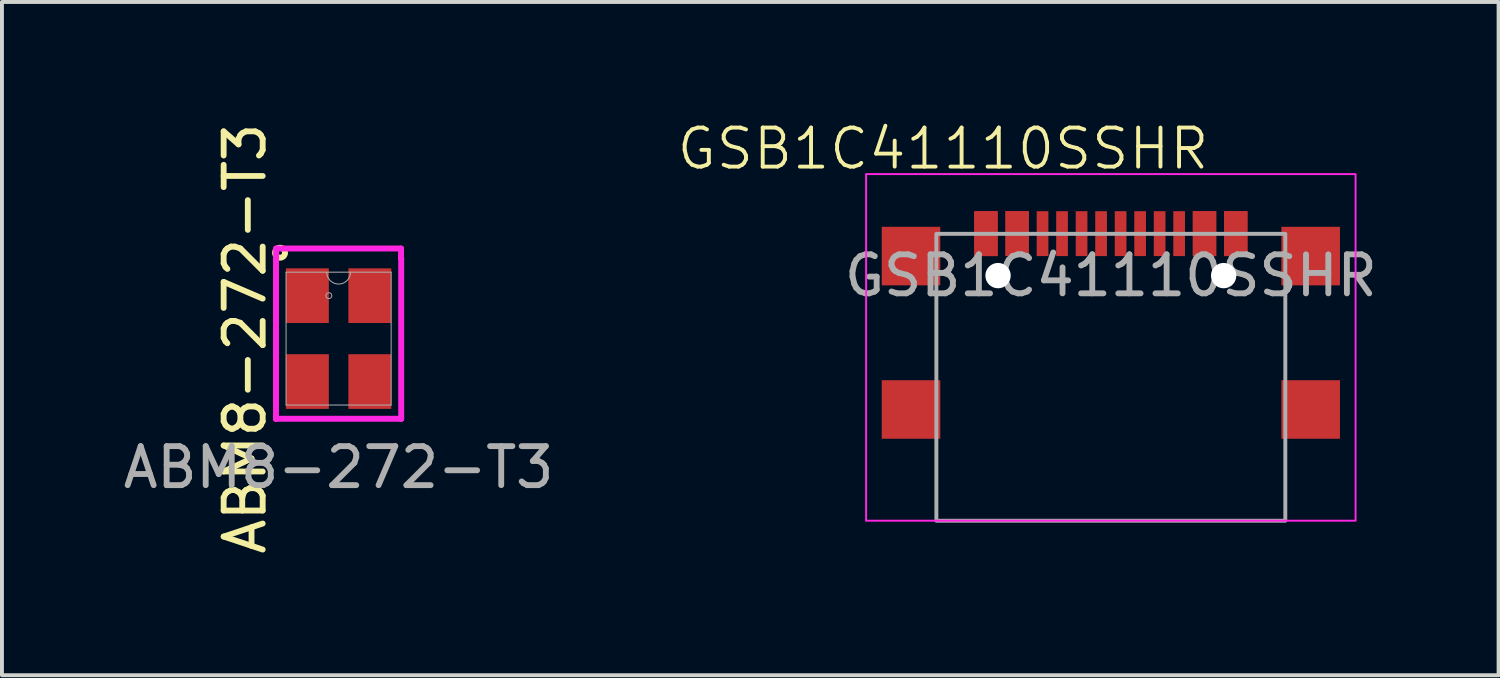
<source format=kicad_pcb>
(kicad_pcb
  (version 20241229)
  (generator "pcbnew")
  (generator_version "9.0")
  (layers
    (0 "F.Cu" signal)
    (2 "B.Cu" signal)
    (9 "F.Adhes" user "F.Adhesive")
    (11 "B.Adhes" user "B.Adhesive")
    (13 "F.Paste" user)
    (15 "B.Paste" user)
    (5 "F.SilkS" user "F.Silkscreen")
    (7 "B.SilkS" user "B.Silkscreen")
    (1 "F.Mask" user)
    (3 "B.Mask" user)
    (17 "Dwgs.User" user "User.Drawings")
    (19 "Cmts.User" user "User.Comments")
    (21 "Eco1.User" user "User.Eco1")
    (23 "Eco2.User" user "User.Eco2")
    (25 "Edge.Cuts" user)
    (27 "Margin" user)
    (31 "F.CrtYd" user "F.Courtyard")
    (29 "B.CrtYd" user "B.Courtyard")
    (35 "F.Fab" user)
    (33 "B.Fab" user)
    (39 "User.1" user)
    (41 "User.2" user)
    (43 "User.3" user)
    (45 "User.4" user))
  (footprint "GSB1C41110SSHR"
    (layer "F.Cu")
    (at 25.41 4.011)
    (property "Reference" "GSB1C41110SSHR" (at -4.3 -3.25 0) (unlocked yes) (layer "F.SilkS") (effects (font (size 1 1) (thickness 0.1))))
    (attr smd)
    (fp_rect (start -6.27 -2.6) (end 6.27 6.28) (stroke (width 0.05) (type default)) (fill no) (layer "F.CrtYd"))
    (fp_rect (start -4.47 -1.07) (end 4.47 6.28) (stroke (width 0.1) (type default)) (fill no) (layer "F.Fab"))
    (fp_text user "${REFERENCE}" (at 0 0 0) (unlocked yes) (layer "F.Fab") (effects (font (size 1 1) (thickness 0.15))))
    (pad "" np_thru_hole circle (at -2.89 0) (size 0.65 0.65) (drill 0.65) (layers "*.Cu" "*.Mask"))
    (pad "" np_thru_hole circle (at 2.89 0) (size 0.65 0.65) (drill 0.65) (layers "*.Cu" "*.Mask"))
    (pad "A1" smd rect (at -3.2 -1.075) (size 0.6 1.15) (layers "F.Cu" "F.Mask" "F.Paste"))
    (pad "A4" smd rect (at -2.4 -1.075) (size 0.6 1.15) (layers "F.Cu" "F.Mask" "F.Paste"))
    (pad "A5" smd rect (at -1.25 -1.075) (size 0.3 1.15) (layers "F.Cu" "F.Mask" "F.Paste"))
    (pad "A6" smd rect (at -0.25 -1.075) (size 0.3 1.15) (layers "F.Cu" "F.Mask" "F.Paste"))
    (pad "A7" smd rect (at 0.25 -1.075) (size 0.3 1.15) (layers "F.Cu" "F.Mask" "F.Paste"))
    (pad "A8" smd rect (at 1.25 -1.075) (size 0.3 1.15) (layers "F.Cu" "F.Mask" "F.Paste"))
    (pad "A9" smd rect (at 2.4 -1.075) (size 0.6 1.15) (layers "F.Cu" "F.Mask" "F.Paste"))
    (pad "A12" smd rect (at 3.2 -1.075) (size 0.6 1.15) (layers "F.Cu" "F.Mask" "F.Paste"))
    (pad "B1" smd rect (at 3.2 -1.075) (size 0.6 1.15) (layers "F.Cu" "F.Mask" "F.Paste"))
    (pad "B4" smd rect (at 2.4 -1.075) (size 0.6 1.15) (layers "F.Cu" "F.Mask" "F.Paste"))
    (pad "B5" smd rect (at 1.75 -1.075) (size 0.3 1.15) (layers "F.Cu" "F.Mask" "F.Paste"))
    (pad "B6" smd rect (at 0.75 -1.075) (size 0.3 1.15) (layers "F.Cu" "F.Mask" "F.Paste"))
    (pad "B7" smd rect (at -0.75 -1.075) (size 0.3 1.15) (layers "F.Cu" "F.Mask" "F.Paste"))
    (pad "B8" smd rect (at -1.75 -1.075) (size 0.3 1.15) (layers "F.Cu" "F.Mask" "F.Paste"))
    (pad "B9" smd rect (at -2.4 -1.075) (size 0.6 1.15) (layers "F.Cu" "F.Mask" "F.Paste"))
    (pad "B12" smd rect (at -3.2 -1.075) (size 0.6 1.15) (layers "F.Cu" "F.Mask" "F.Paste"))
    (pad "S1" smd rect (at -5.12 -0.5 90) (size 1.5 1.5) (layers "F.Cu" "F.Mask" "F.Paste"))
    (pad "S1" smd rect (at -5.12 3.43) (size 1.5 1.5) (layers "F.Cu" "F.Mask" "F.Paste"))
    (pad "S1" smd rect (at 5.12 -0.5) (size 1.5 1.5) (layers "F.Cu" "F.Mask" "F.Paste"))
    (pad "S1" smd rect (at 5.12 3.43) (size 1.5 1.5) (layers "F.Cu" "F.Mask" "F.Paste")))
  (footprint "ABM8-272-T3"
    (layer "F.Cu")
    (at 5.625 5.625)
    (property "Reference" "ABM8-272-T3" (at -2.4 0 90) (unlocked yes) (layer "F.SilkS") (effects (font (size 1 1) (thickness 0.15))))
    (attr smd)
    (fp_circle (center -1.5 -2.2) (end -1.373 -2.2) (stroke (width 0.152) (type solid)) (fill no) (layer "F.SilkS"))
    (fp_line (start -1.604 -2.054) (end -1.6 -2.054) (stroke (width 0.152) (type solid)) (layer "F.CrtYd"))
    (fp_line (start -1.604 2.054) (end -1.604 -2.054) (stroke (width 0.152) (type solid)) (layer "F.CrtYd"))
    (fp_line (start -1.604 2.054) (end -1.6 2.054) (stroke (width 0.152) (type solid)) (layer "F.CrtYd"))
    (fp_line (start -1.6 -2.308) (end 1.6 -2.308) (stroke (width 0.152) (type solid)) (layer "F.CrtYd"))
    (fp_line (start -1.6 -2.054) (end -1.6 -2.308) (stroke (width 0.152) (type solid)) (layer "F.CrtYd"))
    (fp_line (start -1.6 2.054) (end -1.6 2.054) (stroke (width 0.152) (type solid)) (layer "F.CrtYd"))
    (fp_line (start 1.6 -2.308) (end 1.6 -2.054) (stroke (width 0.152) (type solid)) (layer "F.CrtYd"))
    (fp_line (start 1.6 2.054) (end -1.6 2.054) (stroke (width 0.152) (type solid)) (layer "F.CrtYd"))
    (fp_line (start 1.6 2.054) (end 1.6 2.054) (stroke (width 0.152) (type solid)) (layer "F.CrtYd"))
    (fp_line (start 1.604 -2.054) (end 1.6 -2.054) (stroke (width 0.152) (type solid)) (layer "F.CrtYd"))
    (fp_line (start 1.604 -2.054) (end 1.604 2.054) (stroke (width 0.152) (type solid)) (layer "F.CrtYd"))
    (fp_line (start 1.604 2.054) (end 1.6 2.054) (stroke (width 0.152) (type solid)) (layer "F.CrtYd"))
    (fp_line (start -1.346 -1.702) (end -1.346 1.702) (stroke (width 0.025) (type solid)) (layer "F.Fab"))
    (fp_line (start -1.346 1.702) (end 1.346 1.702) (stroke (width 0.025) (type solid)) (layer "F.Fab"))
    (fp_line (start 1.346 -1.702) (end -1.346 -1.702) (stroke (width 0.025) (type solid)) (layer "F.Fab"))
    (fp_line (start 1.346 1.702) (end 1.346 -1.702) (stroke (width 0.025) (type solid)) (layer "F.Fab"))
    (fp_arc (start 0.3048 -1.7018) (mid 0 -1.397) (end -0.3048 -1.7018) (stroke (width 0.0254) (type solid)) (layer "F.Fab"))
    (fp_circle (center -0.25 -1.1) (end -0.174 -1.1) (stroke (width 0.025) (type solid)) (fill no) (layer "F.Fab"))
    (fp_text user "${REFERENCE}" (at 0 3.3 0) (unlocked yes) (layer "F.Fab") (effects (font (size 1 1) (thickness 0.15))))
    (pad "1" smd rect (at -0.8 -1.1) (size 1.1 1.4) (layers "F.Cu" "F.Mask" "F.Paste"))
    (pad "2" smd rect (at -0.8 1.1) (size 1.1 1.4) (layers "F.Cu" "F.Mask" "F.Paste"))
    (pad "3" smd rect (at 0.8 1.1) (size 1.1 1.4) (layers "F.Cu" "F.Mask" "F.Paste"))
    (pad "4" smd rect (at 0.8 -1.1) (size 1.1 1.4) (layers "F.Cu" "F.Mask" "F.Paste")))
  (gr_rect
    (start -3 -3)
    (end 35.344 14.25)
    (stroke (width 0.1) (type default))
    (fill no)
    (layer "Edge.Cuts")))
</source>
